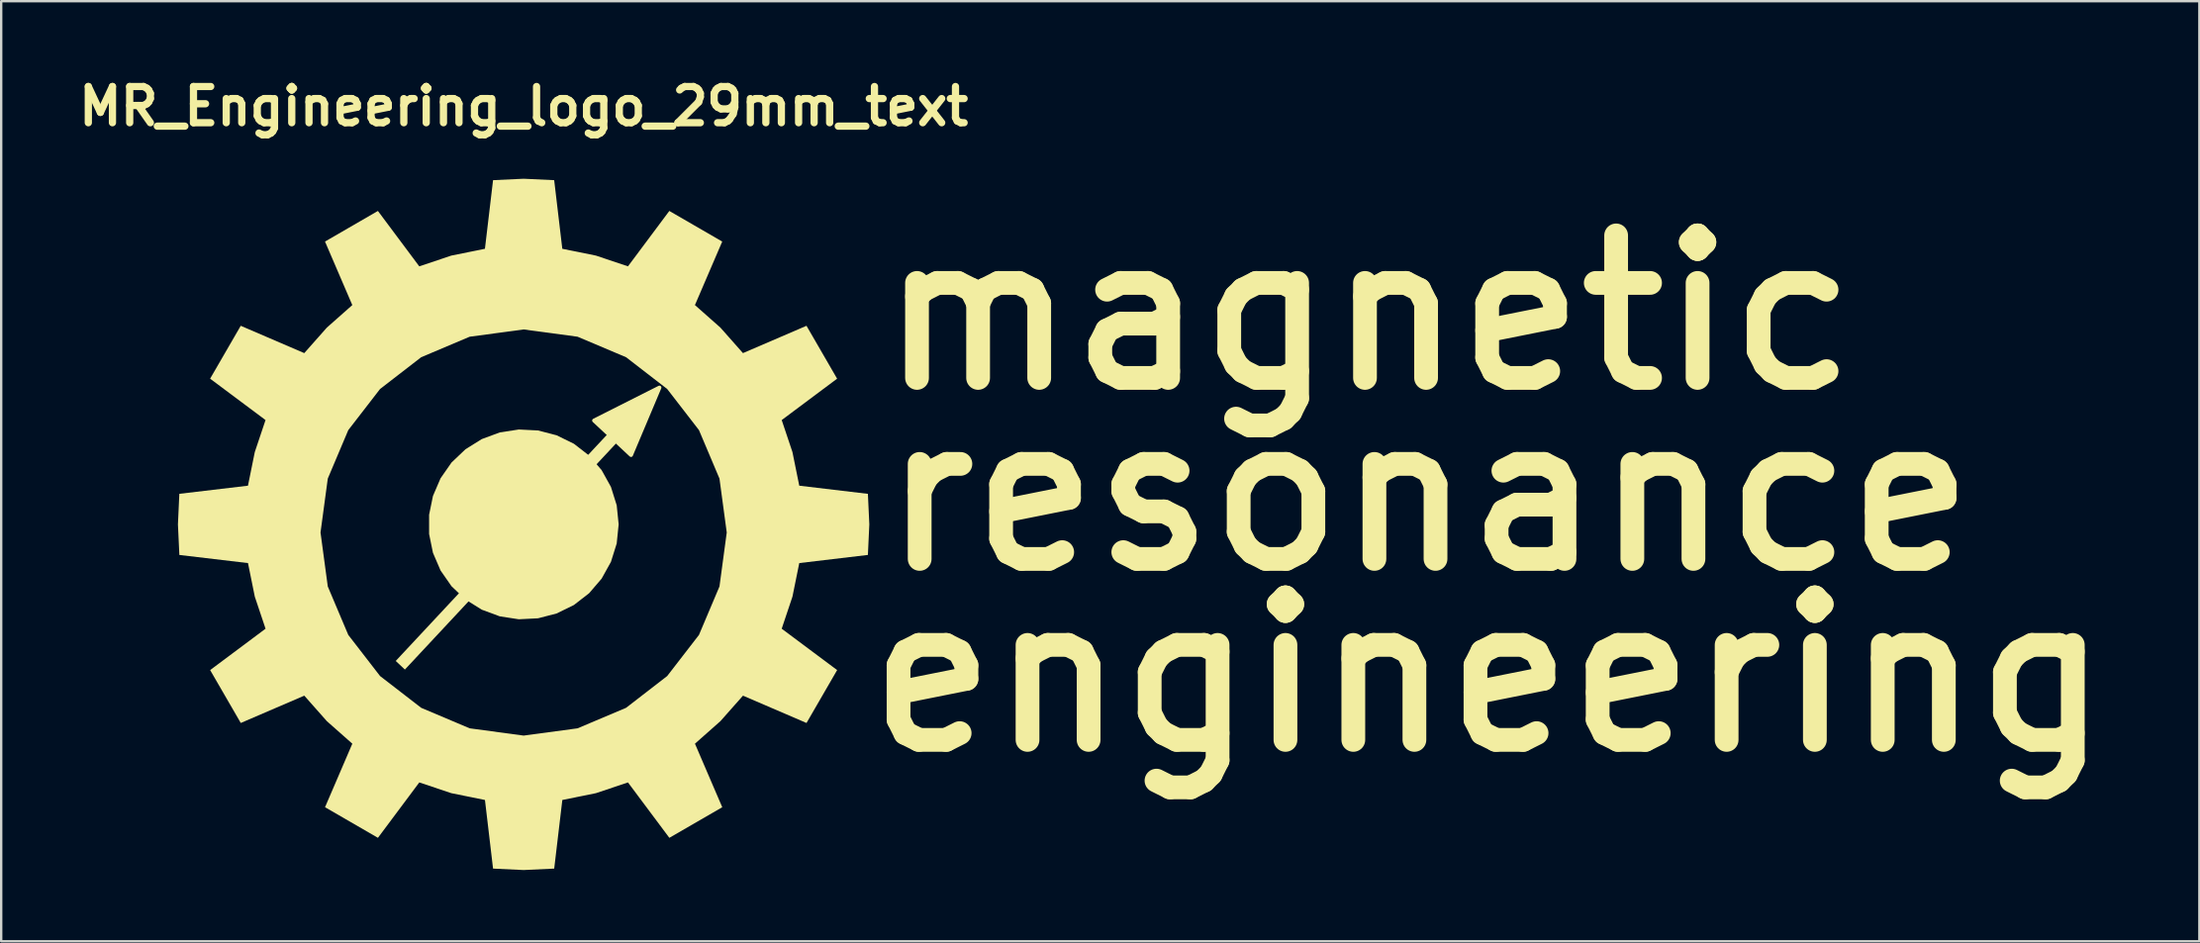
<source format=kicad_pcb>
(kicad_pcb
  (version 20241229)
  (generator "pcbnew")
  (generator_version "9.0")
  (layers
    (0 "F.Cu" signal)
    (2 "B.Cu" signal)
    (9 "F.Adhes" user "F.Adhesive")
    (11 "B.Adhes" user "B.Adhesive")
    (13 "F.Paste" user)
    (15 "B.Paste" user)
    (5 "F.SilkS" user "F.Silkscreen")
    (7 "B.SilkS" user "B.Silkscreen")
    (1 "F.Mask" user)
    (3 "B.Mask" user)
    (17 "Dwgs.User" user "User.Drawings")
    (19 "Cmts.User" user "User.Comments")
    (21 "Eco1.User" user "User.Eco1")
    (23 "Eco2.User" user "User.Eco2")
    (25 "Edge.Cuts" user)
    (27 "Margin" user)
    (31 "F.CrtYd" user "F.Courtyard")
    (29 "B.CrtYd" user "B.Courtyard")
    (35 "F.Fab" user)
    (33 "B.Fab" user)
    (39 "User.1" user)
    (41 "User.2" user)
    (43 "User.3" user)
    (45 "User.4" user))
  (footprint "MR_Engineering_logo_29mm_text"
    (layer "F.Cu")
    (at 18.992 19.027)
    (property "Reference" "MR_Engineering_logo_29mm_text" (at 0 -17.6 0) (layer "F.SilkS") (effects (font (size 1.524 1.524) (thickness 0.305))))
    (attr smd)
    (fp_poly (pts (xy 2.967 -4.372) (xy 5.717 -5.759) (xy 4.521 -2.921) (xy 2.967 -4.372)) (stroke (width 0.165) (type solid)) (fill yes) (layer "F.SilkS"))
    (fp_poly (pts (xy 5.128 -5.51) (xy -5.384 5.75) (xy -4.998 6.112) (xy 5.515 -5.149) (xy 5.128 -5.51)) (stroke (width 0) (type solid)) (fill yes) (layer "F.SilkS"))
    (fp_poly (pts (xy 4 0) (xy 3.918 0.805) (xy 3.676 1.577) (xy 3.283 2.285) (xy 2.756 2.899) (xy 2.116 3.395) (xy 1.389 3.751) (xy 0.606 3.954) (xy -0.203 3.995) (xy -1.003 3.872) (xy -1.762 3.591) (xy -2.448 3.163) (xy -3.035 2.605) (xy -3.497 1.941) (xy -3.817 1.197) (xy -3.979 0.405) (xy -3.979 -0.405) (xy -3.817 -1.197) (xy -3.497 -1.941) (xy -3.035 -2.605) (xy -2.448 -3.163) (xy -1.762 -3.591) (xy -1.003 -3.872) (xy -0.203 -3.995) (xy 0.606 -3.954) (xy 1.389 -3.751) (xy 2.116 -3.395) (xy 2.756 -2.899) (xy 3.283 -2.285) (xy 3.676 -1.577) (xy 3.918 -0.805) (xy 4 0)) (stroke (width 0) (type solid)) (fill yes) (layer "F.SilkS"))
    (fp_poly (pts (xy 4.312 -7.038) (xy 6.043 -5.7) (xy 7.381 -3.969) (xy 8.244 -1.928) (xy 8.55 0.342) (xy 8.244 2.613) (xy 7.381 4.654) (xy 6.043 6.385) (xy 4.312 7.723) (xy 2.27 8.586) (xy 0.000132 8.892) (xy -2.27 8.586) (xy -4.312 7.723) (xy -6.043 6.385) (xy -7.381 4.654) (xy -8.244 2.613) (xy -8.55 0.342) (xy -8.244 -1.928) (xy -7.381 -3.969) (xy -6.043 -5.7) (xy -4.312 -7.038) (xy -2.27 -7.901) (xy 0.000132 -8.207) (xy 2.27 -7.901) (xy 4.312 -7.038) (xy 14.492 1.286) (xy 14.552 0) (xy 14.492 -1.286) (xy 11.603 -1.629) (xy 11.316 -3.044) (xy 10.864 -4.392) (xy 13.196 -6.134) (xy 11.907 -8.361) (xy 9.233 -7.211) (xy 8.284 -8.284) (xy 7.211 -9.233) (xy 8.36 -11.907) (xy 6.133 -13.196) (xy 4.392 -10.864) (xy 3.044 -11.316) (xy 1.628 -11.603) (xy 1.286 -14.492) (xy -0.000265 -14.552) (xy -1.287 -14.492) (xy -1.629 -11.603) (xy -3.045 -11.316) (xy -4.393 -10.864) (xy -6.134 -13.196) (xy -8.361 -11.907) (xy -7.212 -9.233) (xy -8.284 -8.284) (xy -9.234 -7.211) (xy -11.908 -8.361) (xy -13.197 -6.134) (xy -10.865 -4.392) (xy -11.317 -3.044) (xy -11.604 -1.629) (xy -14.493 -1.287) (xy -14.552 0) (xy -14.492 1.287) (xy -11.603 1.629) (xy -11.316 3.044) (xy -10.864 4.392) (xy -13.196 6.134) (xy -11.907 8.361) (xy -9.233 7.211) (xy -8.284 8.284) (xy -7.211 9.233) (xy -8.36 11.907) (xy -6.133 13.196) (xy -4.392 10.864) (xy -3.044 11.316) (xy -1.628 11.603) (xy -1.287 14.492) (xy 0.000265 14.552) (xy 1.287 14.492) (xy 1.629 11.603) (xy 3.044 11.316) (xy 4.392 10.864) (xy 6.134 13.196) (xy 8.361 11.908) (xy 7.212 9.233) (xy 8.284 8.284) (xy 9.234 7.211) (xy 11.908 8.361) (xy 13.197 6.134) (xy 10.864 4.392) (xy 11.316 3.044) (xy 11.603 1.629) (xy 14.492 1.286)) (stroke (width 0) (type solid)) (fill yes) (layer "F.SilkS"))
    (fp_text user "engineering" (at 40.64 6.35 0) (layer "F.SilkS") (effects (font (size 6 6) (thickness 1))))
    (fp_text user "resonance" (at 38.1 -1.27 0) (layer "F.SilkS") (effects (font (size 6 6) (thickness 1))))
    (fp_text user "magnetic" (at 35.56 -8.89 0) (layer "F.SilkS") (effects (font (size 6 6) (thickness 1)))))
  (gr_rect
    (start -3 -3)
    (end 89.532 36.579)
    (stroke (width 0.1) (type default))
    (fill no)
    (layer "Edge.Cuts")))
</source>
